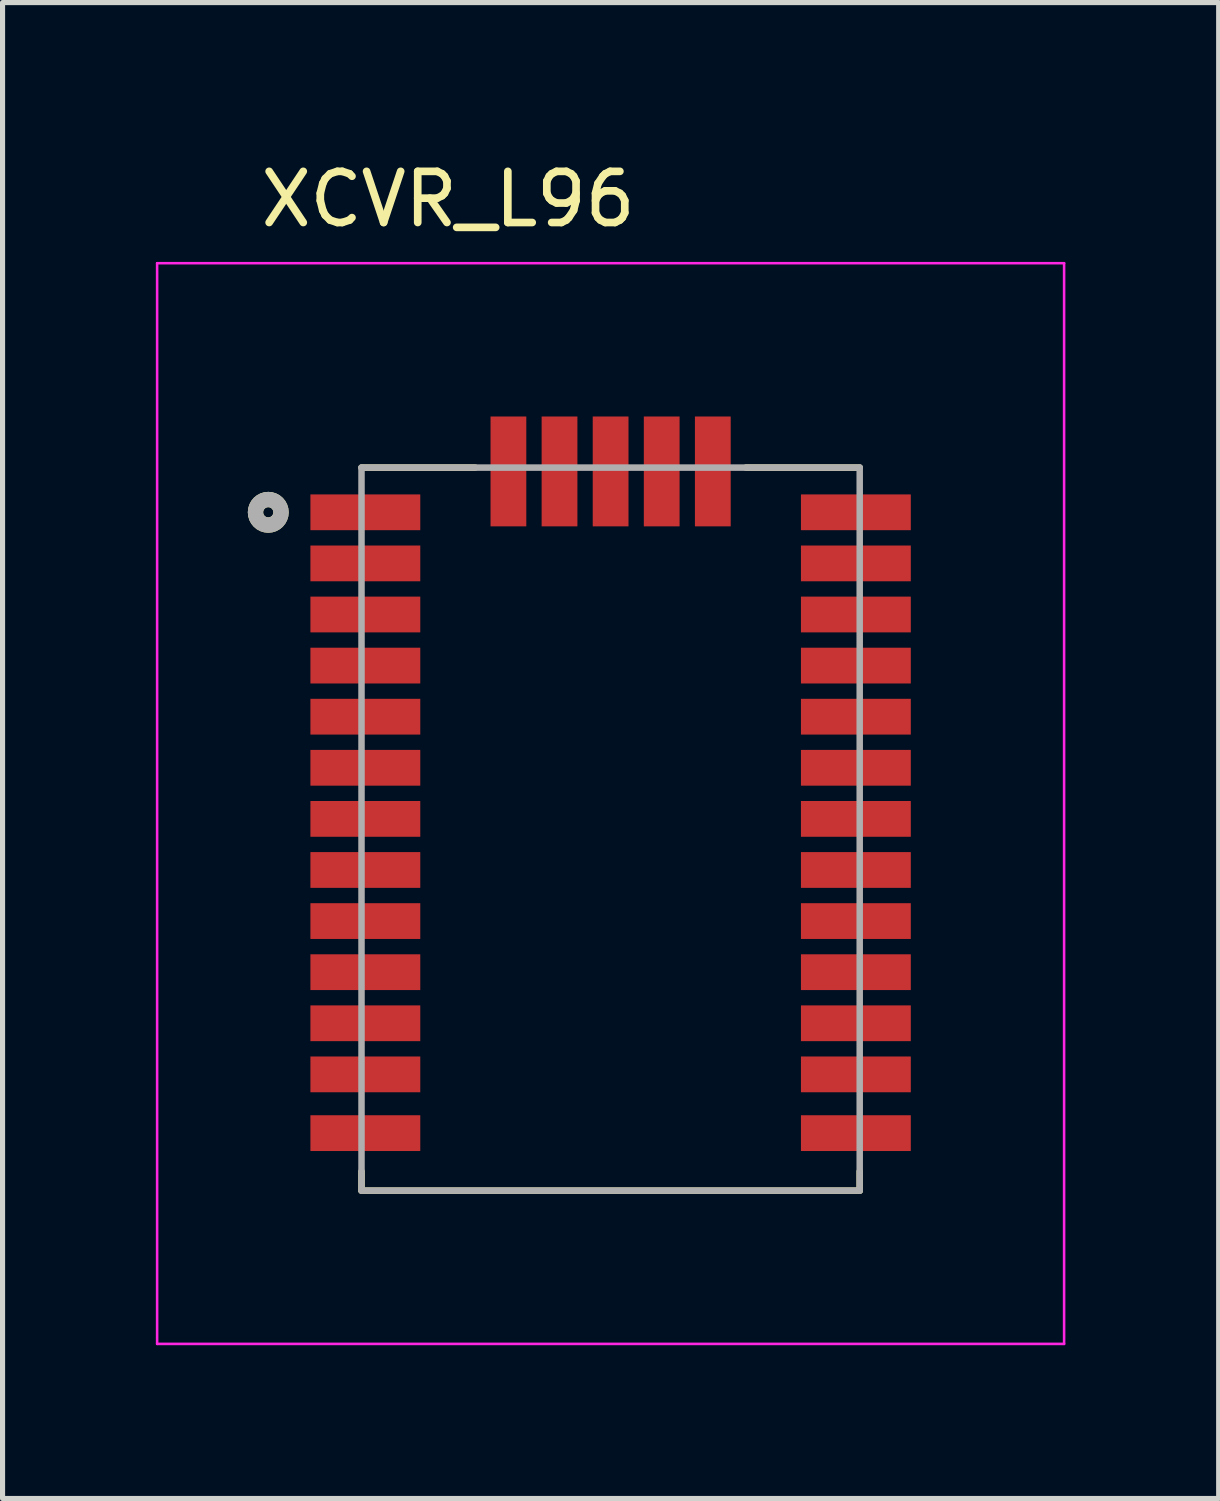
<source format=kicad_pcb>
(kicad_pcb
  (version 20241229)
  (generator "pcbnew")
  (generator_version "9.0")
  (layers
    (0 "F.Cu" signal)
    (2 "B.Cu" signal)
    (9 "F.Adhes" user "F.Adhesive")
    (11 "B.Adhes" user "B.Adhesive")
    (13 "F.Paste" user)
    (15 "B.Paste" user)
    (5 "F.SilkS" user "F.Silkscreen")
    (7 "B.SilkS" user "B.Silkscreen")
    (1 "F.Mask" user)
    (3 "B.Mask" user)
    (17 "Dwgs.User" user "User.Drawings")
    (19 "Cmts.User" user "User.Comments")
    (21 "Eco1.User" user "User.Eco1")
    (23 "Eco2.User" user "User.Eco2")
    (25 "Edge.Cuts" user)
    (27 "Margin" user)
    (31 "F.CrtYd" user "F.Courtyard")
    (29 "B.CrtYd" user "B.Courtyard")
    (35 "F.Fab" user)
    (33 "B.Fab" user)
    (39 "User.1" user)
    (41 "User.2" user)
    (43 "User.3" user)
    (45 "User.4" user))
  (footprint "XCVR_L96"
    (layer "F.Cu")
    (at 8.9 13.176)
    (property "Reference" "XCVR_L96" (at -3.179 -12.327 0) (layer "F.SilkS") (effects (font (size 1.001 1.001) (thickness 0.15))))
    (attr smd)
    (fp_line (start -4.875 -7.075) (end -2.65 -7.075) (stroke (width 0.127) (type solid)) (layer "F.SilkS"))
    (fp_line (start -4.875 6.7) (end -4.875 7.075) (stroke (width 0.127) (type solid)) (layer "F.SilkS"))
    (fp_line (start -4.875 7.075) (end 4.875 7.075) (stroke (width 0.127) (type solid)) (layer "F.SilkS"))
    (fp_line (start 2.65 -7.075) (end 4.875 -7.075) (stroke (width 0.127) (type solid)) (layer "F.SilkS"))
    (fp_line (start 4.875 7.075) (end 4.875 6.7) (stroke (width 0.127) (type solid)) (layer "F.SilkS"))
    (fp_circle (center -6.7 -6.2) (end -6.6 -6.2) (stroke (width 0.3) (type solid)) (fill no) (layer "F.SilkS"))
    (fp_poly (pts (xy -6.275 -6.55) (xy -3.825 -6.55) (xy -3.825 -5.85) (xy -6.275 -5.85)) (stroke (width 0.01) (type solid)) (fill yes) (layer "F.Paste"))
    (fp_poly (pts (xy -6.275 -5.55) (xy -3.825 -5.55) (xy -3.825 -4.85) (xy -6.275 -4.85)) (stroke (width 0.01) (type solid)) (fill yes) (layer "F.Paste"))
    (fp_poly (pts (xy -6.275 -4.55) (xy -3.825 -4.55) (xy -3.825 -3.85) (xy -6.275 -3.85)) (stroke (width 0.01) (type solid)) (fill yes) (layer "F.Paste"))
    (fp_poly (pts (xy -6.275 -3.55) (xy -3.825 -3.55) (xy -3.825 -2.85) (xy -6.275 -2.85)) (stroke (width 0.01) (type solid)) (fill yes) (layer "F.Paste"))
    (fp_poly (pts (xy -6.275 -2.55) (xy -3.825 -2.55) (xy -3.825 -1.85) (xy -6.275 -1.85)) (stroke (width 0.01) (type solid)) (fill yes) (layer "F.Paste"))
    (fp_poly (pts (xy -6.275 -1.55) (xy -3.825 -1.55) (xy -3.825 -0.85) (xy -6.275 -0.85)) (stroke (width 0.01) (type solid)) (fill yes) (layer "F.Paste"))
    (fp_poly (pts (xy -6.275 -0.55) (xy -3.825 -0.55) (xy -3.825 0.15) (xy -6.275 0.15)) (stroke (width 0.01) (type solid)) (fill yes) (layer "F.Paste"))
    (fp_poly (pts (xy -6.275 0.45) (xy -3.825 0.45) (xy -3.825 1.15) (xy -6.275 1.15)) (stroke (width 0.01) (type solid)) (fill yes) (layer "F.Paste"))
    (fp_poly (pts (xy -6.275 1.45) (xy -3.825 1.45) (xy -3.825 2.15) (xy -6.275 2.15)) (stroke (width 0.01) (type solid)) (fill yes) (layer "F.Paste"))
    (fp_poly (pts (xy -6.275 2.45) (xy -3.825 2.45) (xy -3.825 3.15) (xy -6.275 3.15)) (stroke (width 0.01) (type solid)) (fill yes) (layer "F.Paste"))
    (fp_poly (pts (xy -6.275 3.45) (xy -3.825 3.45) (xy -3.825 4.15) (xy -6.275 4.15)) (stroke (width 0.01) (type solid)) (fill yes) (layer "F.Paste"))
    (fp_poly (pts (xy -6.275 4.45) (xy -3.825 4.45) (xy -3.825 5.15) (xy -6.275 5.15)) (stroke (width 0.01) (type solid)) (fill yes) (layer "F.Paste"))
    (fp_poly (pts (xy -6.275 5.6) (xy -3.825 5.6) (xy -3.825 6.3) (xy -6.275 6.3)) (stroke (width 0.01) (type solid)) (fill yes) (layer "F.Paste"))
    (fp_poly (pts (xy -2.35 -8.475) (xy -1.65 -8.475) (xy -1.65 -6.025) (xy -2.35 -6.025)) (stroke (width 0.01) (type solid)) (fill yes) (layer "F.Paste"))
    (fp_poly (pts (xy -1.35 -8.475) (xy -0.65 -8.475) (xy -0.65 -6.025) (xy -1.35 -6.025)) (stroke (width 0.01) (type solid)) (fill yes) (layer "F.Paste"))
    (fp_poly (pts (xy -0.35 -8.475) (xy 0.35 -8.475) (xy 0.35 -6.025) (xy -0.35 -6.025)) (stroke (width 0.01) (type solid)) (fill yes) (layer "F.Paste"))
    (fp_poly (pts (xy 0.65 -8.475) (xy 1.35 -8.475) (xy 1.35 -6.025) (xy 0.65 -6.025)) (stroke (width 0.01) (type solid)) (fill yes) (layer "F.Paste"))
    (fp_poly (pts (xy 1.65 -8.475) (xy 2.35 -8.475) (xy 2.35 -6.025) (xy 1.65 -6.025)) (stroke (width 0.01) (type solid)) (fill yes) (layer "F.Paste"))
    (fp_poly (pts (xy 3.825 -6.55) (xy 6.275 -6.55) (xy 6.275 -5.85) (xy 3.825 -5.85)) (stroke (width 0.01) (type solid)) (fill yes) (layer "F.Paste"))
    (fp_poly (pts (xy 3.825 -5.55) (xy 6.275 -5.55) (xy 6.275 -4.85) (xy 3.825 -4.85)) (stroke (width 0.01) (type solid)) (fill yes) (layer "F.Paste"))
    (fp_poly (pts (xy 3.825 -4.55) (xy 6.275 -4.55) (xy 6.275 -3.85) (xy 3.825 -3.85)) (stroke (width 0.01) (type solid)) (fill yes) (layer "F.Paste"))
    (fp_poly (pts (xy 3.825 -3.55) (xy 6.275 -3.55) (xy 6.275 -2.85) (xy 3.825 -2.85)) (stroke (width 0.01) (type solid)) (fill yes) (layer "F.Paste"))
    (fp_poly (pts (xy 3.825 -2.55) (xy 6.275 -2.55) (xy 6.275 -1.85) (xy 3.825 -1.85)) (stroke (width 0.01) (type solid)) (fill yes) (layer "F.Paste"))
    (fp_poly (pts (xy 3.825 -1.55) (xy 6.275 -1.55) (xy 6.275 -0.85) (xy 3.825 -0.85)) (stroke (width 0.01) (type solid)) (fill yes) (layer "F.Paste"))
    (fp_poly (pts (xy 3.825 -0.55) (xy 6.275 -0.55) (xy 6.275 0.15) (xy 3.825 0.15)) (stroke (width 0.01) (type solid)) (fill yes) (layer "F.Paste"))
    (fp_poly (pts (xy 3.825 0.45) (xy 6.275 0.45) (xy 6.275 1.15) (xy 3.825 1.15)) (stroke (width 0.01) (type solid)) (fill yes) (layer "F.Paste"))
    (fp_poly (pts (xy 3.825 1.45) (xy 6.275 1.45) (xy 6.275 2.15) (xy 3.825 2.15)) (stroke (width 0.01) (type solid)) (fill yes) (layer "F.Paste"))
    (fp_poly (pts (xy 3.825 2.45) (xy 6.275 2.45) (xy 6.275 3.15) (xy 3.825 3.15)) (stroke (width 0.01) (type solid)) (fill yes) (layer "F.Paste"))
    (fp_poly (pts (xy 3.825 3.45) (xy 6.275 3.45) (xy 6.275 4.15) (xy 3.825 4.15)) (stroke (width 0.01) (type solid)) (fill yes) (layer "F.Paste"))
    (fp_poly (pts (xy 3.825 4.45) (xy 6.275 4.45) (xy 6.275 5.15) (xy 3.825 5.15)) (stroke (width 0.01) (type solid)) (fill yes) (layer "F.Paste"))
    (fp_poly (pts (xy 3.825 5.6) (xy 6.275 5.6) (xy 6.275 6.3) (xy 3.825 6.3)) (stroke (width 0.01) (type solid)) (fill yes) (layer "F.Paste"))
    (fp_line (start -8.875 -11.075) (end -8.875 10.075) (stroke (width 0.05) (type solid)) (layer "F.CrtYd"))
    (fp_line (start -8.875 10.075) (end 8.875 10.075) (stroke (width 0.05) (type solid)) (layer "F.CrtYd"))
    (fp_line (start 8.875 -11.075) (end -8.875 -11.075) (stroke (width 0.05) (type solid)) (layer "F.CrtYd"))
    (fp_line (start 8.875 10.075) (end 8.875 -11.075) (stroke (width 0.05) (type solid)) (layer "F.CrtYd"))
    (fp_line (start -4.875 -7.075) (end 4.875 -7.075) (stroke (width 0.127) (type solid)) (layer "F.Fab"))
    (fp_line (start -4.875 7.075) (end -4.875 -7.075) (stroke (width 0.127) (type solid)) (layer "F.Fab"))
    (fp_line (start 4.875 -7.075) (end 4.875 7.075) (stroke (width 0.127) (type solid)) (layer "F.Fab"))
    (fp_line (start 4.875 7.075) (end -4.875 7.075) (stroke (width 0.127) (type solid)) (layer "F.Fab"))
    (fp_circle (center -6.7 -6.2) (end -6.6 -6.2) (stroke (width 0.3) (type solid)) (fill no) (layer "F.Fab"))
    (pad "1" smd rect (at -4.8 -6.2) (size 2.15 0.7) (layers "F.Cu" "F.Mask"))
    (pad "2" smd rect (at -4.8 -5.2) (size 2.15 0.7) (layers "F.Cu" "F.Mask"))
    (pad "3" smd rect (at -4.8 -4.2) (size 2.15 0.7) (layers "F.Cu" "F.Mask"))
    (pad "4" smd rect (at -4.8 -3.2) (size 2.15 0.7) (layers "F.Cu" "F.Mask"))
    (pad "5" smd rect (at -4.8 -2.2) (size 2.15 0.7) (layers "F.Cu" "F.Mask"))
    (pad "6" smd rect (at -4.8 -1.2) (size 2.15 0.7) (layers "F.Cu" "F.Mask"))
    (pad "7" smd rect (at -4.8 -0.2) (size 2.15 0.7) (layers "F.Cu" "F.Mask"))
    (pad "8" smd rect (at -4.8 0.8) (size 2.15 0.7) (layers "F.Cu" "F.Mask"))
    (pad "9" smd rect (at -4.8 1.8) (size 2.15 0.7) (layers "F.Cu" "F.Mask"))
    (pad "10" smd rect (at -4.8 2.8) (size 2.15 0.7) (layers "F.Cu" "F.Mask"))
    (pad "11" smd rect (at -4.8 3.8) (size 2.15 0.7) (layers "F.Cu" "F.Mask"))
    (pad "12" smd rect (at -4.8 4.8) (size 2.15 0.7) (layers "F.Cu" "F.Mask"))
    (pad "13" smd rect (at -4.8 5.95) (size 2.15 0.7) (layers "F.Cu" "F.Mask"))
    (pad "14" smd rect (at 4.8 5.95) (size 2.15 0.7) (layers "F.Cu" "F.Mask"))
    (pad "15" smd rect (at 4.8 4.8) (size 2.15 0.7) (layers "F.Cu" "F.Mask"))
    (pad "16" smd rect (at 4.8 3.8) (size 2.15 0.7) (layers "F.Cu" "F.Mask"))
    (pad "17" smd rect (at 4.8 2.8) (size 2.15 0.7) (layers "F.Cu" "F.Mask"))
    (pad "18" smd rect (at 4.8 1.8) (size 2.15 0.7) (layers "F.Cu" "F.Mask"))
    (pad "19" smd rect (at 4.8 0.8) (size 2.15 0.7) (layers "F.Cu" "F.Mask"))
    (pad "20" smd rect (at 4.8 -0.2) (size 2.15 0.7) (layers "F.Cu" "F.Mask"))
    (pad "21" smd rect (at 4.8 -1.2) (size 2.15 0.7) (layers "F.Cu" "F.Mask"))
    (pad "22" smd rect (at 4.8 -2.2) (size 2.15 0.7) (layers "F.Cu" "F.Mask"))
    (pad "23" smd rect (at 4.8 -3.2) (size 2.15 0.7) (layers "F.Cu" "F.Mask"))
    (pad "24" smd rect (at 4.8 -4.2) (size 2.15 0.7) (layers "F.Cu" "F.Mask"))
    (pad "25" smd rect (at 4.8 -5.2) (size 2.15 0.7) (layers "F.Cu" "F.Mask"))
    (pad "26" smd rect (at 4.8 -6.2) (size 2.15 0.7) (layers "F.Cu" "F.Mask"))
    (pad "27" smd rect (at 2 -7) (size 0.7 2.15) (layers "F.Cu" "F.Mask"))
    (pad "28" smd rect (at 1 -7) (size 0.7 2.15) (layers "F.Cu" "F.Mask"))
    (pad "29" smd rect (at 0 -7) (size 0.7 2.15) (layers "F.Cu" "F.Mask"))
    (pad "30" smd rect (at -1 -7) (size 0.7 2.15) (layers "F.Cu" "F.Mask"))
    (pad "31" smd rect (at -2 -7) (size 0.7 2.15) (layers "F.Cu" "F.Mask")))
  (gr_rect
    (start -3 -3)
    (end 20.8 26.276)
    (stroke (width 0.1) (type default))
    (fill no)
    (layer "Edge.Cuts")))
</source>
